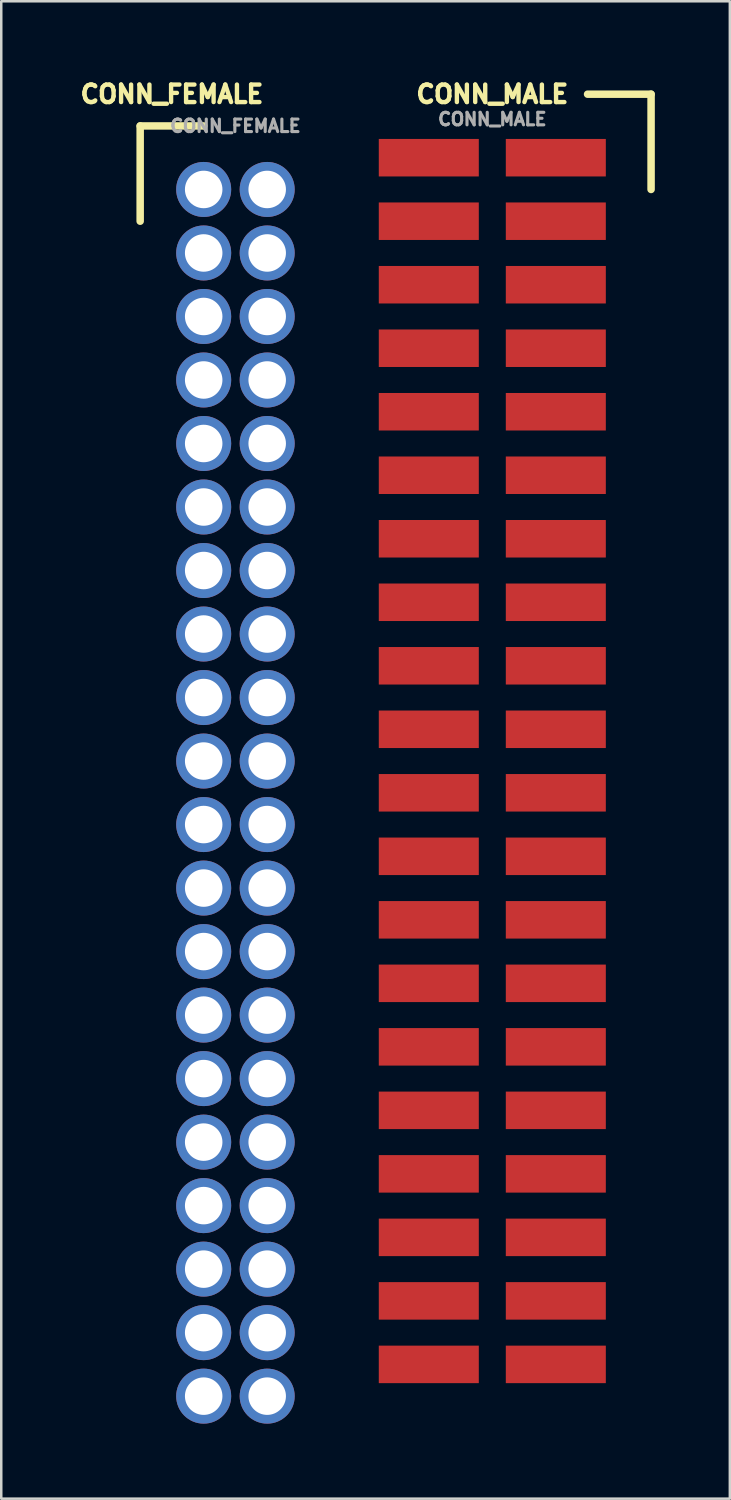
<source format=kicad_pcb>
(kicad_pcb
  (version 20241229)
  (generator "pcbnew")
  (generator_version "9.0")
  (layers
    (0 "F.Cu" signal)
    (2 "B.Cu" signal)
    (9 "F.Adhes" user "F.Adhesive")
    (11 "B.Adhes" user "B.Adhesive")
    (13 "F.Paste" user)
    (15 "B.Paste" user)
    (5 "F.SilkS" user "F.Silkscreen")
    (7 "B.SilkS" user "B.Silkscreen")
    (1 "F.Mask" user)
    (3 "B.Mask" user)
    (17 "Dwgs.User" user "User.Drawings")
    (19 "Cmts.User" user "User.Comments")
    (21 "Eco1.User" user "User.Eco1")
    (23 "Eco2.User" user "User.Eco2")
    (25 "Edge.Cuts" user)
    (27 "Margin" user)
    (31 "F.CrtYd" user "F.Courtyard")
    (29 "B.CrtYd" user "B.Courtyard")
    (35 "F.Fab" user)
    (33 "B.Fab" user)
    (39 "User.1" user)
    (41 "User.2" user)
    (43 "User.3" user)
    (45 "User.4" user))
  (footprint "CONN_FEMALE"
    (layer "F.Cu")
    (at 6.366 4.527)
    (property "Reference" "CONN_FEMALE" (at -2.54 -3.81 0) (unlocked yes) (layer "F.SilkS") (effects (font (size 0.7 0.7) (thickness 0.175) (bold yes))))
    (attr smd)
    (fp_line (start -3.81 -2.54) (end -1.27 -2.54) (stroke (width 0.3) (type default)) (layer "F.SilkS"))
    (fp_line (start -3.81 1.27) (end -3.81 -2.54) (stroke (width 0.3) (type default)) (layer "F.SilkS"))
    (fp_text user "${REFERENCE}" (at 0 -2.54 0) (unlocked yes) (layer "F.Fab") (effects (font (size 0.5 0.5) (thickness 0.125))))
    (pad "1" thru_hole circle (at -1.27 0) (size 2.2 2.2) (drill 1.5) (layers "*.Cu" "*.Mask"))
    (pad "2" thru_hole circle (at -1.27 2.54) (size 2.2 2.2) (drill 1.5) (layers "*.Cu" "*.Mask"))
    (pad "3" thru_hole circle (at -1.27 5.08) (size 2.2 2.2) (drill 1.5) (layers "*.Cu" "*.Mask"))
    (pad "4" thru_hole circle (at -1.27 7.62) (size 2.2 2.2) (drill 1.5) (layers "*.Cu" "*.Mask"))
    (pad "5" thru_hole circle (at -1.27 10.16) (size 2.2 2.2) (drill 1.5) (layers "*.Cu" "*.Mask"))
    (pad "6" thru_hole circle (at -1.27 12.7) (size 2.2 2.2) (drill 1.5) (layers "*.Cu" "*.Mask"))
    (pad "7" thru_hole circle (at -1.27 15.24) (size 2.2 2.2) (drill 1.5) (layers "*.Cu" "*.Mask"))
    (pad "8" thru_hole circle (at -1.27 17.78) (size 2.2 2.2) (drill 1.5) (layers "*.Cu" "*.Mask"))
    (pad "9" thru_hole circle (at -1.27 20.32) (size 2.2 2.2) (drill 1.5) (layers "*.Cu" "*.Mask"))
    (pad "10" thru_hole circle (at -1.27 22.86) (size 2.2 2.2) (drill 1.5) (layers "*.Cu" "*.Mask"))
    (pad "11" thru_hole circle (at -1.27 25.4) (size 2.2 2.2) (drill 1.5) (layers "*.Cu" "*.Mask"))
    (pad "12" thru_hole circle (at -1.27 27.94) (size 2.2 2.2) (drill 1.5) (layers "*.Cu" "*.Mask"))
    (pad "13" thru_hole circle (at -1.27 30.48) (size 2.2 2.2) (drill 1.5) (layers "*.Cu" "*.Mask"))
    (pad "14" thru_hole circle (at -1.27 33.02) (size 2.2 2.2) (drill 1.5) (layers "*.Cu" "*.Mask"))
    (pad "15" thru_hole circle (at -1.27 35.56) (size 2.2 2.2) (drill 1.5) (layers "*.Cu" "*.Mask"))
    (pad "16" thru_hole circle (at -1.27 38.1) (size 2.2 2.2) (drill 1.5) (layers "*.Cu" "*.Mask"))
    (pad "17" thru_hole circle (at -1.27 40.64) (size 2.2 2.2) (drill 1.5) (layers "*.Cu" "*.Mask"))
    (pad "18" thru_hole circle (at -1.27 43.18) (size 2.2 2.2) (drill 1.5) (layers "*.Cu" "*.Mask"))
    (pad "19" thru_hole circle (at -1.27 45.72) (size 2.2 2.2) (drill 1.5) (layers "*.Cu" "*.Mask"))
    (pad "20" thru_hole circle (at -1.27 48.26) (size 2.2 2.2) (drill 1.5) (layers "*.Cu" "*.Mask"))
    (pad "21" thru_hole circle (at 1.27 48.26) (size 2.2 2.2) (drill 1.5) (layers "*.Cu" "*.Mask"))
    (pad "22" thru_hole circle (at 1.27 45.72) (size 2.2 2.2) (drill 1.5) (layers "*.Cu" "*.Mask"))
    (pad "23" thru_hole circle (at 1.27 43.18) (size 2.2 2.2) (drill 1.5) (layers "*.Cu" "*.Mask"))
    (pad "24" thru_hole circle (at 1.27 40.64) (size 2.2 2.2) (drill 1.5) (layers "*.Cu" "*.Mask"))
    (pad "25" thru_hole circle (at 1.27 38.1) (size 2.2 2.2) (drill 1.5) (layers "*.Cu" "*.Mask"))
    (pad "26" thru_hole circle (at 1.27 35.56) (size 2.2 2.2) (drill 1.5) (layers "*.Cu" "*.Mask"))
    (pad "27" thru_hole circle (at 1.27 33.02) (size 2.2 2.2) (drill 1.5) (layers "*.Cu" "*.Mask"))
    (pad "28" thru_hole circle (at 1.27 30.48) (size 2.2 2.2) (drill 1.5) (layers "*.Cu" "*.Mask"))
    (pad "29" thru_hole circle (at 1.27 27.94) (size 2.2 2.2) (drill 1.5) (layers "*.Cu" "*.Mask"))
    (pad "30" thru_hole circle (at 1.27 25.4) (size 2.2 2.2) (drill 1.5) (layers "*.Cu" "*.Mask"))
    (pad "31" thru_hole circle (at 1.27 22.86) (size 2.2 2.2) (drill 1.5) (layers "*.Cu" "*.Mask"))
    (pad "32" thru_hole circle (at 1.27 20.32) (size 2.2 2.2) (drill 1.5) (layers "*.Cu" "*.Mask"))
    (pad "33" thru_hole circle (at 1.27 17.78) (size 2.2 2.2) (drill 1.5) (layers "*.Cu" "*.Mask"))
    (pad "34" thru_hole circle (at 1.27 15.24) (size 2.2 2.2) (drill 1.5) (layers "*.Cu" "*.Mask"))
    (pad "35" thru_hole circle (at 1.27 12.7) (size 2.2 2.2) (drill 1.5) (layers "*.Cu" "*.Mask"))
    (pad "36" thru_hole circle (at 1.27 10.16) (size 2.2 2.2) (drill 1.5) (layers "*.Cu" "*.Mask"))
    (pad "37" thru_hole circle (at 1.27 7.62) (size 2.2 2.2) (drill 1.5) (layers "*.Cu" "*.Mask"))
    (pad "38" thru_hole circle (at 1.27 5.08) (size 2.2 2.2) (drill 1.5) (layers "*.Cu" "*.Mask"))
    (pad "39" thru_hole circle (at 1.27 2.54) (size 2.2 2.2) (drill 1.5) (layers "*.Cu" "*.Mask"))
    (pad "40" thru_hole circle (at 1.27 0) (size 2.2 2.2) (drill 1.5) (layers "*.Cu" "*.Mask")))
  (footprint "CONN_MALE"
    (layer "F.Cu")
    (at 16.639 3.257)
    (property "Reference" "CONN_MALE" (at 0 -2.54 0) (unlocked yes) (layer "F.SilkS") (effects (font (size 0.7 0.7) (thickness 0.175) (bold yes))))
    (attr smd)
    (fp_line (start 6.35 -2.54) (end 3.81 -2.54) (stroke (width 0.3) (type default)) (layer "F.SilkS"))
    (fp_line (start 6.35 1.27) (end 6.35 -2.54) (stroke (width 0.3) (type default)) (layer "F.SilkS"))
    (fp_text user "${REFERENCE}" (at 0 -1.54 0) (unlocked yes) (layer "F.Fab") (effects (font (size 0.5 0.5) (thickness 0.125))))
    (pad "1" smd rect (at 2.54 0 270) (size 1.5 4) (layers "F.Cu" "F.Mask" "F.Paste"))
    (pad "2" smd rect (at 2.54 2.54 270) (size 1.5 4) (layers "F.Cu" "F.Mask" "F.Paste"))
    (pad "3" smd rect (at 2.54 5.08 270) (size 1.5 4) (layers "F.Cu" "F.Mask" "F.Paste"))
    (pad "4" smd rect (at 2.54 7.62 270) (size 1.5 4) (layers "F.Cu" "F.Mask" "F.Paste"))
    (pad "5" smd rect (at 2.54 10.16 270) (size 1.5 4) (layers "F.Cu" "F.Mask" "F.Paste"))
    (pad "6" smd rect (at 2.54 12.7 270) (size 1.5 4) (layers "F.Cu" "F.Mask" "F.Paste"))
    (pad "7" smd rect (at 2.54 15.24 270) (size 1.5 4) (layers "F.Cu" "F.Mask" "F.Paste"))
    (pad "8" smd rect (at 2.54 17.78 270) (size 1.5 4) (layers "F.Cu" "F.Mask" "F.Paste"))
    (pad "9" smd rect (at 2.54 20.32 270) (size 1.5 4) (layers "F.Cu" "F.Mask" "F.Paste"))
    (pad "10" smd rect (at 2.54 22.86 270) (size 1.5 4) (layers "F.Cu" "F.Mask" "F.Paste"))
    (pad "11" smd rect (at 2.54 25.4 270) (size 1.5 4) (layers "F.Cu" "F.Mask" "F.Paste"))
    (pad "12" smd rect (at 2.54 27.94 270) (size 1.5 4) (layers "F.Cu" "F.Mask" "F.Paste"))
    (pad "13" smd rect (at 2.54 30.48 270) (size 1.5 4) (layers "F.Cu" "F.Mask" "F.Paste"))
    (pad "14" smd rect (at 2.54 33.02 270) (size 1.5 4) (layers "F.Cu" "F.Mask" "F.Paste"))
    (pad "15" smd rect (at 2.54 35.56 270) (size 1.5 4) (layers "F.Cu" "F.Mask" "F.Paste"))
    (pad "16" smd rect (at 2.54 38.1 90) (size 1.5 4) (layers "F.Cu" "F.Mask" "F.Paste"))
    (pad "17" smd rect (at 2.54 40.64 90) (size 1.5 4) (layers "F.Cu" "F.Mask" "F.Paste"))
    (pad "18" smd rect (at 2.54 43.18 90) (size 1.5 4) (layers "F.Cu" "F.Mask" "F.Paste"))
    (pad "19" smd rect (at 2.54 45.72 90) (size 1.5 4) (layers "F.Cu" "F.Mask" "F.Paste"))
    (pad "20" smd rect (at 2.54 48.26 90) (size 1.5 4) (layers "F.Cu" "F.Mask" "F.Paste"))
    (pad "21" smd rect (at -2.54 48.26 270) (size 1.5 4) (layers "F.Cu" "F.Mask" "F.Paste"))
    (pad "22" smd rect (at -2.54 45.72 270) (size 1.5 4) (layers "F.Cu" "F.Mask" "F.Paste"))
    (pad "23" smd rect (at -2.54 43.18 270) (size 1.5 4) (layers "F.Cu" "F.Mask" "F.Paste"))
    (pad "24" smd rect (at -2.54 40.64 270) (size 1.5 4) (layers "F.Cu" "F.Mask" "F.Paste"))
    (pad "25" smd rect (at -2.54 38.1 270) (size 1.5 4) (layers "F.Cu" "F.Mask" "F.Paste"))
    (pad "26" smd rect (at -2.54 35.56 270) (size 1.5 4) (layers "F.Cu" "F.Mask" "F.Paste"))
    (pad "27" smd rect (at -2.54 33.02 270) (size 1.5 4) (layers "F.Cu" "F.Mask" "F.Paste"))
    (pad "28" smd rect (at -2.54 30.48 270) (size 1.5 4) (layers "F.Cu" "F.Mask" "F.Paste"))
    (pad "29" smd rect (at -2.54 27.94 270) (size 1.5 4) (layers "F.Cu" "F.Mask" "F.Paste"))
    (pad "30" smd rect (at -2.54 25.4 270) (size 1.5 4) (layers "F.Cu" "F.Mask" "F.Paste"))
    (pad "31" smd rect (at -2.54 22.86 270) (size 1.5 4) (layers "F.Cu" "F.Mask" "F.Paste"))
    (pad "32" smd rect (at -2.54 20.32 270) (size 1.5 4) (layers "F.Cu" "F.Mask" "F.Paste"))
    (pad "33" smd rect (at -2.54 17.78 270) (size 1.5 4) (layers "F.Cu" "F.Mask" "F.Paste"))
    (pad "34" smd rect (at -2.54 15.24 270) (size 1.5 4) (layers "F.Cu" "F.Mask" "F.Paste"))
    (pad "35" smd rect (at -2.54 12.7 270) (size 1.5 4) (layers "F.Cu" "F.Mask" "F.Paste"))
    (pad "36" smd rect (at -2.54 10.16 270) (size 1.5 4) (layers "F.Cu" "F.Mask" "F.Paste"))
    (pad "37" smd rect (at -2.54 7.62 270) (size 1.5 4) (layers "F.Cu" "F.Mask" "F.Paste"))
    (pad "38" smd rect (at -2.54 5.08 270) (size 1.5 4) (layers "F.Cu" "F.Mask" "F.Paste"))
    (pad "39" smd rect (at -2.54 2.54 270) (size 1.5 4) (layers "F.Cu" "F.Mask" "F.Paste"))
    (pad "40" smd rect (at -2.54 0 270) (size 1.5 4) (layers "F.Cu" "F.Mask" "F.Paste")))
  (gr_rect
    (start -3 -3)
    (end 26.139 56.887)
    (stroke (width 0.1) (type default))
    (fill no)
    (layer "Edge.Cuts")))
</source>
